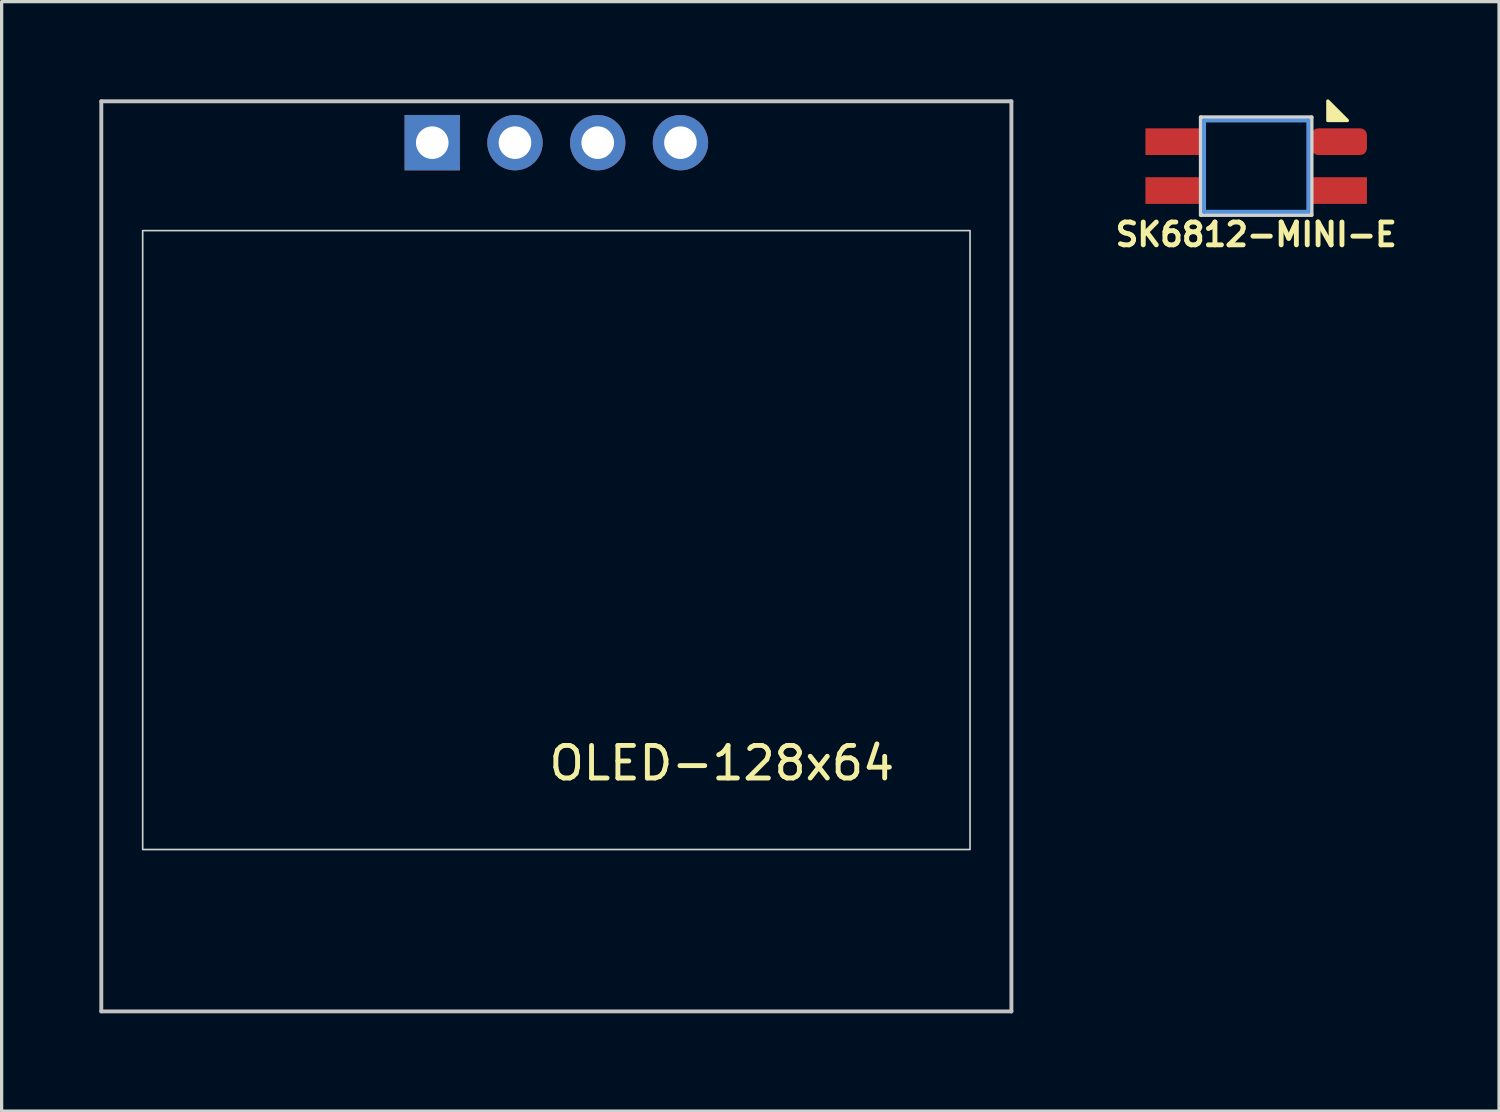
<source format=kicad_pcb>
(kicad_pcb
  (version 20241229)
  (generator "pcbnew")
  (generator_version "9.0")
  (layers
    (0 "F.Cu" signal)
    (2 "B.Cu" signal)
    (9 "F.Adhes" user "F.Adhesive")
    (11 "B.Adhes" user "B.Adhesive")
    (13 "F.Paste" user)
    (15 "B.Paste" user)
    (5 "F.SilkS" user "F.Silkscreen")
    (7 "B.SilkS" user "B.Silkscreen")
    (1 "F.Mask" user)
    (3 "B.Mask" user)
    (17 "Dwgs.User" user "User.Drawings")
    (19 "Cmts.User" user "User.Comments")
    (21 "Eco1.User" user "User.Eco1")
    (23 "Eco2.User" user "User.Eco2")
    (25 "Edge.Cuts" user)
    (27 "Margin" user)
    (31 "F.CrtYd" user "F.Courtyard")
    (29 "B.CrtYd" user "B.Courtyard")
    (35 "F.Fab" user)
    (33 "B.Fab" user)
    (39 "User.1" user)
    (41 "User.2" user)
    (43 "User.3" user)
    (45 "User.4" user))
  (footprint "SK6812-MINI-E"
    (layer "F.Cu")
    (at 35.515 2.05)
    (property "Reference" "SK6812-MINI-E" (at 0 2.1 0) (unlocked yes) (layer "F.SilkS") (effects (font (size 0.7 0.7) (thickness 0.15))))
    (attr through_hole)
    (fp_poly (pts (xy 2.8 -1.4) (xy 2.2 -1.4) (xy 2.2 -2)) (stroke (width 0.1) (type solid)) (fill yes) (layer "F.SilkS"))
    (fp_line (start -1.6 -1.4) (end 1.6 -1.4) (stroke (width 0.12) (type solid)) (layer "Cmts.User"))
    (fp_line (start -1.6 1.4) (end -1.6 -1.4) (stroke (width 0.12) (type solid)) (layer "Cmts.User"))
    (fp_line (start 1.6 -1.4) (end 1.6 1.4) (stroke (width 0.12) (type solid)) (layer "Cmts.User"))
    (fp_line (start 1.6 1.4) (end -1.6 1.4) (stroke (width 0.12) (type solid)) (layer "Cmts.User"))
    (fp_line (start -1.7 -1.5) (end 1.7 -1.5) (stroke (width 0.12) (type solid)) (layer "Edge.Cuts"))
    (fp_line (start -1.7 1.5) (end -1.7 -1.5) (stroke (width 0.12) (type solid)) (layer "Edge.Cuts"))
    (fp_line (start 1.7 -1.5) (end 1.7 1.5) (stroke (width 0.12) (type solid)) (layer "Edge.Cuts"))
    (fp_line (start 1.7 1.5) (end -1.7 1.5) (stroke (width 0.12) (type solid)) (layer "Edge.Cuts"))
    (pad "1" smd rect (at -2.55 0.75) (size 1.7 0.82) (layers "F.Cu" "F.Mask" "F.Paste"))
    (pad "2" smd rect (at -2.55 -0.75) (size 1.7 0.82) (layers "F.Cu" "F.Mask" "F.Paste"))
    (pad "3" smd roundrect (at 2.55 -0.75) (size 1.7 0.82) (layers "F.Cu" "F.Mask" "F.Paste") (roundrect_rratio 0.25))
    (pad "4" smd rect (at 2.55 0.75) (size 1.7 0.82) (layers "F.Cu" "F.Mask" "F.Paste")))
  (footprint "OLED-128x64"
    (layer "F.Cu")
    (at 14.03 1.33)
    (property "Reference" "OLED-128x64" (at 5.08 19.05 0) (layer "F.SilkS") (effects (font (size 1 1) (thickness 0.15))))
    (attr through_hole exclude_from_pos_files)
    (fp_line (start -13.97 -1.27) (end -13.97 26.67) (stroke (width 0.12) (type solid)) (layer "Dwgs.User"))
    (fp_line (start -13.97 26.67) (end 13.97 26.67) (stroke (width 0.12) (type solid)) (layer "Dwgs.User"))
    (fp_line (start 13.97 -1.27) (end -13.97 -1.27) (stroke (width 0.12) (type solid)) (layer "Dwgs.User"))
    (fp_line (start 13.97 26.67) (end 13.97 -1.27) (stroke (width 0.12) (type solid)) (layer "Dwgs.User"))
    (fp_rect (start -12.7 2.7) (end 12.7 21.7) (stroke (width 0.05) (type default)) (fill no) (layer "Edge.Cuts"))
    (pad "1" thru_hole rect (at -3.81 0 90) (size 1.7 1.7) (drill 1) (layers "*.Cu" "*.Mask"))
    (pad "2" thru_hole oval (at -1.27 0 90) (size 1.7 1.7) (drill 1) (layers "*.Cu" "*.Mask"))
    (pad "3" thru_hole oval (at 1.27 0 90) (size 1.7 1.7) (drill 1) (layers "*.Cu" "*.Mask"))
    (pad "4" thru_hole oval (at 3.81 0 90) (size 1.7 1.7) (drill 1) (layers "*.Cu" "*.Mask")))
  (gr_rect
    (start -3 -3)
    (end 42.97 31.06)
    (stroke (width 0.1) (type default))
    (fill no)
    (layer "Edge.Cuts")))
</source>
